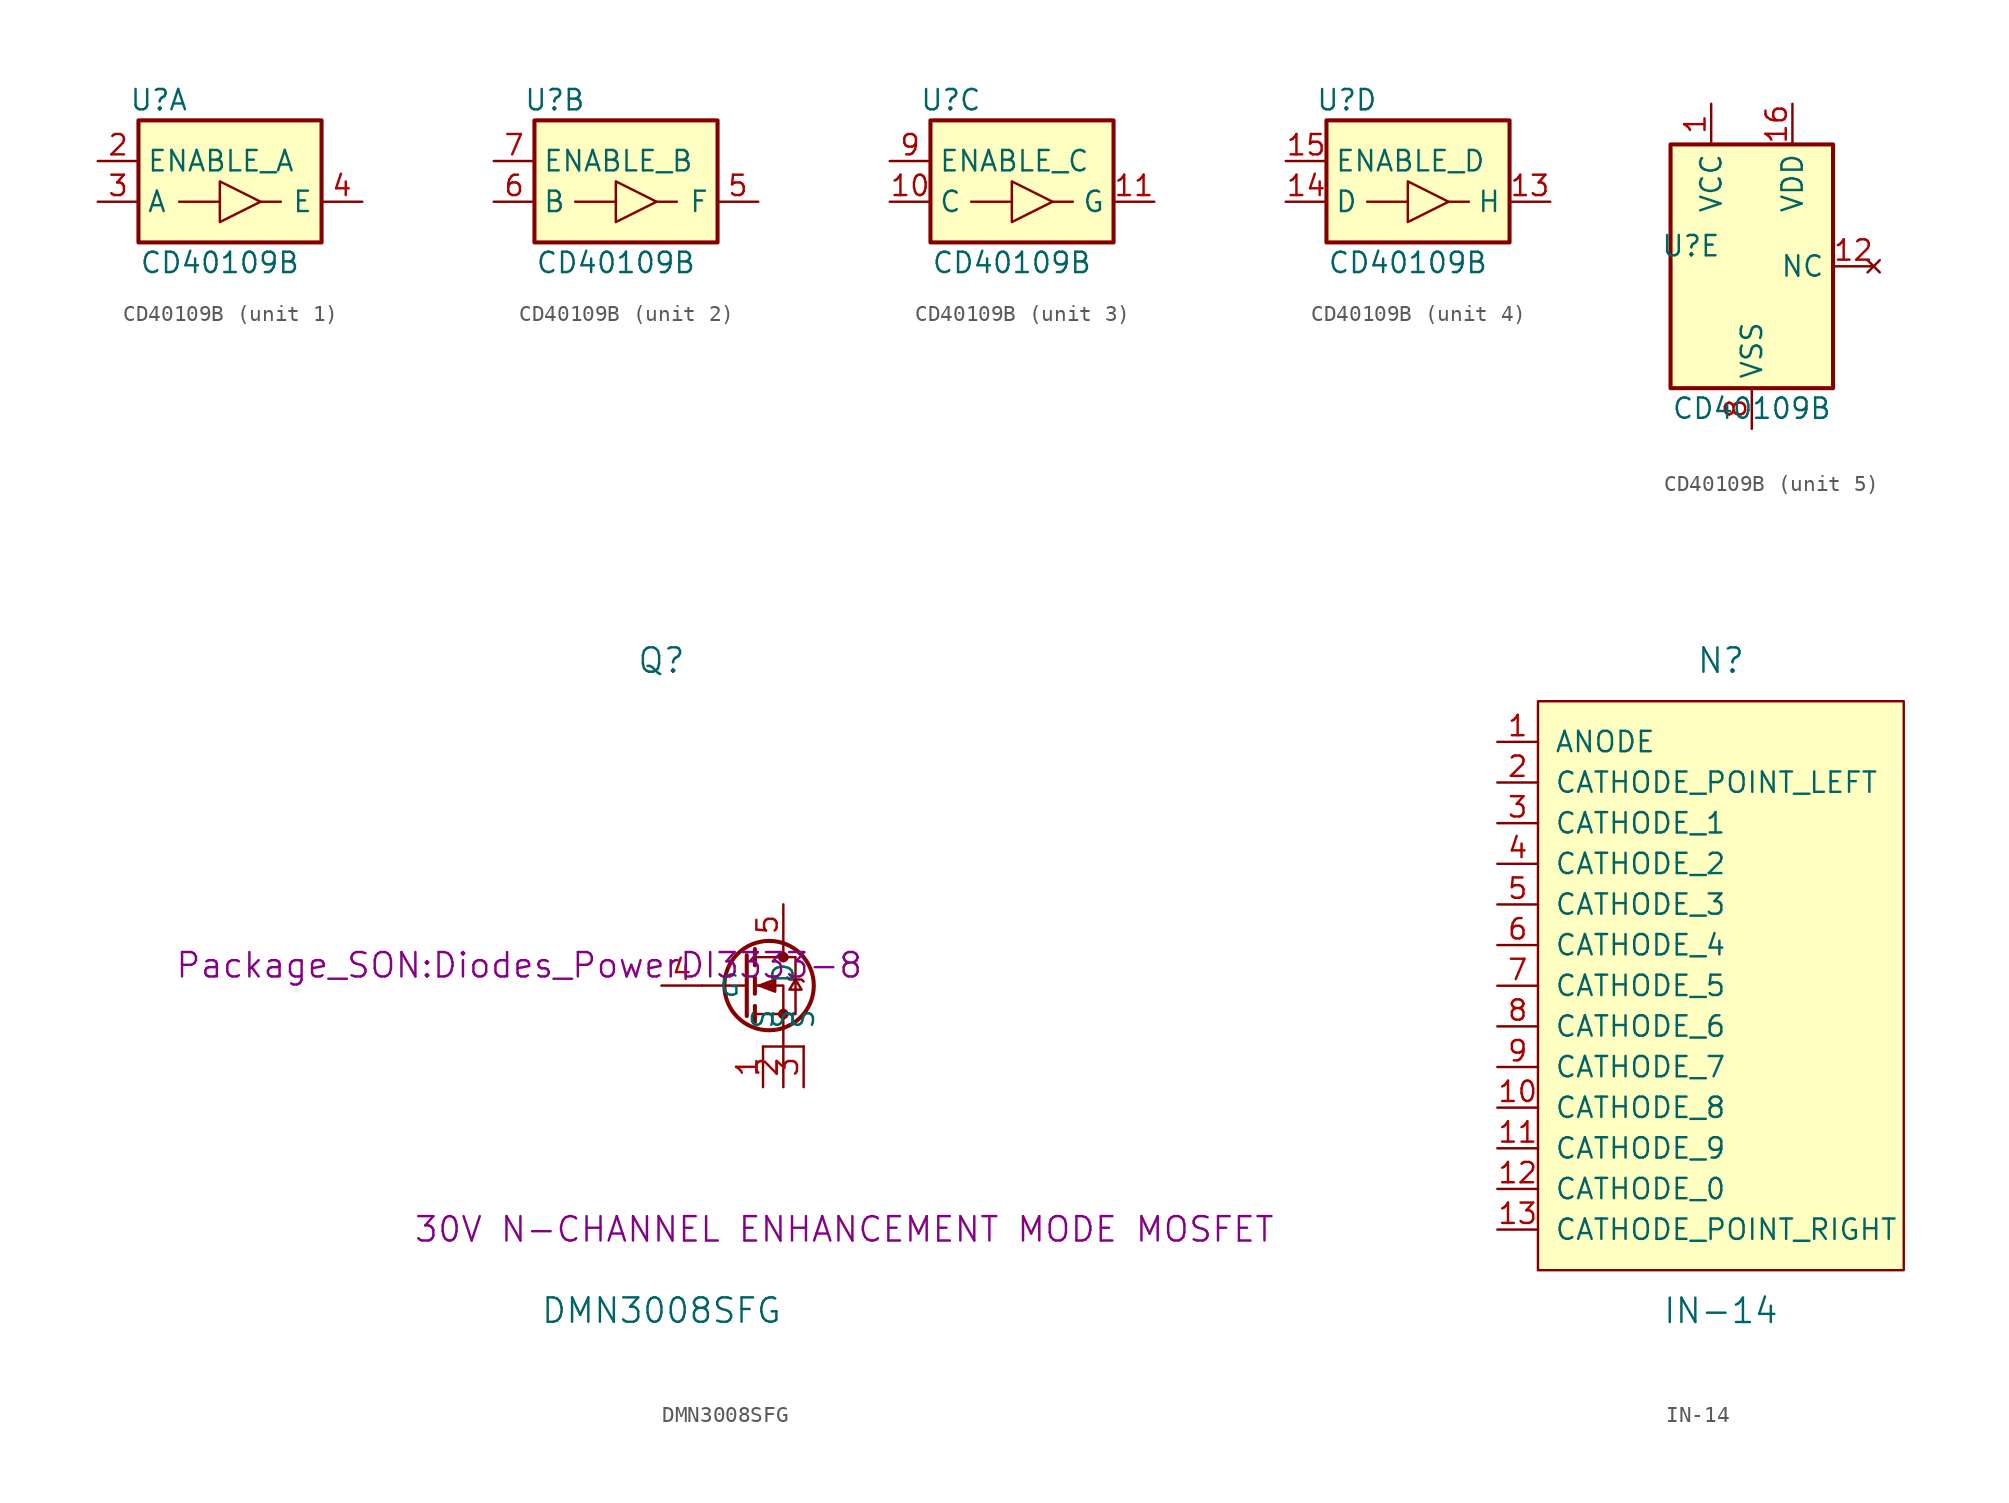
<source format=kicad_sym>
(kicad_symbol_lib
  (version 20220914)
  (generator kicad_symbol_editor)
  (symbol "CD40109B"
    (property "Reference" "U"
      (at 1.27 8.89 0)
      (effects (font (size 1.27 1.27))))
    (property "Value" "CD40109B"
      (at 5.08 -1.27 0)
      (effects (font (size 1.27 1.27))))
    (property "ki_locked" ""
      (at 0 0 0)
      (effects (font (size 1.27 1.27))))
    (symbol "CD40109B_1_1"
      (polyline (pts (xy 2.54 2.54) (xy 5.08 2.54)) (stroke (width 0) (type default)) (fill (type none)))
      (polyline (pts (xy 8.89 2.54) (xy 7.62 2.54)) (stroke (width 0) (type default)) (fill (type none)))
      (polyline (pts (xy 5.08 1.27) (xy 5.08 3.81) (xy 7.62 2.54) (xy 5.08 1.27)) (stroke (width 0) (type default)) (fill (type none)))
      (rectangle (start 0 7.62) (end 11.43 0) (stroke (width 0.254) (type default)) (fill (type background)))
      (pin input line (at -2.54 5.08 0) (length 2.54) (name "ENABLE_A" (effects (font (size 1.27 1.27)))) (number "2" (effects (font (size 1.27 1.27)))))
      (pin input line (at -2.54 2.54 0) (length 2.54) (name "A" (effects (font (size 1.27 1.27)))) (number "3" (effects (font (size 1.27 1.27)))))
      (pin output line (at 13.97 2.54 180) (length 2.54) (name "E" (effects (font (size 1.27 1.27)))) (number "4" (effects (font (size 1.27 1.27))))))
    (symbol "CD40109B_2_1"
      (polyline (pts (xy 2.54 2.54) (xy 5.08 2.54)) (stroke (width 0) (type default)) (fill (type none)))
      (polyline (pts (xy 8.89 2.54) (xy 7.62 2.54)) (stroke (width 0) (type default)) (fill (type none)))
      (polyline (pts (xy 5.08 1.27) (xy 5.08 3.81) (xy 7.62 2.54) (xy 5.08 1.27)) (stroke (width 0) (type default)) (fill (type none)))
      (rectangle (start 0 7.62) (end 11.43 0) (stroke (width 0.254) (type default)) (fill (type background)))
      (pin output line (at 13.97 2.54 180) (length 2.54) (name "F" (effects (font (size 1.27 1.27)))) (number "5" (effects (font (size 1.27 1.27)))))
      (pin input line (at -2.54 2.54 0) (length 2.54) (name "B" (effects (font (size 1.27 1.27)))) (number "6" (effects (font (size 1.27 1.27)))))
      (pin input line (at -2.54 5.08 0) (length 2.54) (name "ENABLE_B" (effects (font (size 1.27 1.27)))) (number "7" (effects (font (size 1.27 1.27))))))
    (symbol "CD40109B_3_1"
      (polyline (pts (xy 2.54 2.54) (xy 5.08 2.54)) (stroke (width 0) (type default)) (fill (type none)))
      (polyline (pts (xy 8.89 2.54) (xy 7.62 2.54)) (stroke (width 0) (type default)) (fill (type none)))
      (polyline (pts (xy 5.08 1.27) (xy 5.08 3.81) (xy 7.62 2.54) (xy 5.08 1.27)) (stroke (width 0) (type default)) (fill (type none)))
      (rectangle (start 0 7.62) (end 11.43 0) (stroke (width 0.254) (type default)) (fill (type background)))
      (pin input line (at -2.54 2.54 0) (length 2.54) (name "C" (effects (font (size 1.27 1.27)))) (number "10" (effects (font (size 1.27 1.27)))))
      (pin output line (at 13.97 2.54 180) (length 2.54) (name "G" (effects (font (size 1.27 1.27)))) (number "11" (effects (font (size 1.27 1.27)))))
      (pin input line (at -2.54 5.08 0) (length 2.54) (name "ENABLE_C" (effects (font (size 1.27 1.27)))) (number "9" (effects (font (size 1.27 1.27))))))
    (symbol "CD40109B_4_1"
      (polyline (pts (xy 2.54 2.54) (xy 5.08 2.54)) (stroke (width 0) (type default)) (fill (type none)))
      (polyline (pts (xy 8.89 2.54) (xy 7.62 2.54)) (stroke (width 0) (type default)) (fill (type none)))
      (polyline (pts (xy 5.08 1.27) (xy 5.08 3.81) (xy 7.62 2.54) (xy 5.08 1.27)) (stroke (width 0) (type default)) (fill (type none)))
      (rectangle (start 0 7.62) (end 11.43 0) (stroke (width 0.254) (type default)) (fill (type background)))
      (pin output line (at 13.97 2.54 180) (length 2.54) (name "H" (effects (font (size 1.27 1.27)))) (number "13" (effects (font (size 1.27 1.27)))))
      (pin input line (at -2.54 2.54 0) (length 2.54) (name "D" (effects (font (size 1.27 1.27)))) (number "14" (effects (font (size 1.27 1.27)))))
      (pin input line (at -2.54 5.08 0) (length 2.54) (name "ENABLE_D" (effects (font (size 1.27 1.27)))) (number "15" (effects (font (size 1.27 1.27))))))
    (symbol "CD40109B_5_1"
      (rectangle (start 0 15.24) (end 10.16 0) (stroke (width 0.254) (type default)) (fill (type background)))
      (pin power_in line (at 2.54 17.78 270) (length 2.54) (name "VCC" (effects (font (size 1.27 1.27)))) (number "1" (effects (font (size 1.27 1.27)))))
      (pin no_connect line (at 12.7 7.62 180) (length 2.54) (name "NC" (effects (font (size 1.27 1.27)))) (number "12" (effects (font (size 1.27 1.27)))))
      (pin power_in line (at 7.62 17.78 270) (length 2.54) (name "VDD" (effects (font (size 1.27 1.27)))) (number "16" (effects (font (size 1.27 1.27)))))
      (pin power_in line (at 5.08 -2.54 90) (length 2.54) (name "VSS" (effects (font (size 1.27 1.27)))) (number "8" (effects (font (size 1.27 1.27)))))))
  (symbol "DMN3008SFG"
    (pin_names
      (offset 1.016))
    (property "Reference" "Q"
      (at 0 20.32 0)
      (effects (font (size 1.524 1.524))))
    (property "Value" "DMN3008SFG"
      (at 0 -20.32 0)
      (effects (font (size 1.524 1.524))))
    (property "Footprint" "Package_SON:Diodes_PowerDI3333-8"
      (at -8.89 1.27 0)
      (effects (font (size 1.524 1.524))))
    (property "Datasheet" "30V N-CHANNEL ENHANCEMENT MODE MOSFET"
      (at 11.43 -15.24 0)
      (effects (font (size 1.524 1.524))))
    (symbol "DMN3008SFG_0_1"
      (polyline (pts (xy 5.334 0) (xy 2.54 0)) (stroke (width 0) (type default)) (fill (type none)))
      (polyline (pts (xy 5.334 1.905) (xy 5.334 -1.905)) (stroke (width 0.254) (type default)) (fill (type none)))
      (polyline (pts (xy 5.842 -1.27) (xy 5.842 -2.286)) (stroke (width 0.254) (type default)) (fill (type none)))
      (polyline (pts (xy 5.842 0.508) (xy 5.842 -0.508)) (stroke (width 0.254) (type default)) (fill (type none)))
      (polyline (pts (xy 5.842 2.286) (xy 5.842 1.27)) (stroke (width 0.254) (type default)) (fill (type none)))
      (polyline (pts (xy 6.35 -3.81) (xy 8.89 -3.81)) (stroke (width 0) (type default)) (fill (type none)))
      (polyline (pts (xy 7.62 -3.81) (xy 7.62 -2.54)) (stroke (width 0) (type default)) (fill (type none)))
      (polyline (pts (xy 7.62 2.54) (xy 7.62 1.778)) (stroke (width 0) (type default)) (fill (type none)))
      (polyline (pts (xy 7.62 -2.54) (xy 7.62 0) (xy 5.842 0)) (stroke (width 0) (type default)) (fill (type none)))
      (polyline (pts (xy 5.842 -1.778) (xy 8.382 -1.778) (xy 8.382 1.778) (xy 5.842 1.778)) (stroke (width 0) (type default)) (fill (type none)))
      (polyline (pts (xy 6.096 0) (xy 7.112 0.381) (xy 7.112 -0.381) (xy 6.096 0)) (stroke (width 0) (type default)) (fill (type outline)))
      (polyline (pts (xy 7.874 0.508) (xy 8.001 0.381) (xy 8.763 0.381) (xy 8.89 0.254)) (stroke (width 0) (type default)) (fill (type none)))
      (polyline (pts (xy 8.382 0.381) (xy 8.001 -0.254) (xy 8.763 -0.254) (xy 8.382 0.381)) (stroke (width 0) (type default)) (fill (type none)))
      (circle (center 6.731 0) (radius 2.794) (stroke (width 0.254) (type default)) (fill (type none)))
      (circle (center 7.62 -1.778) (radius 0.254) (stroke (width 0) (type default)) (fill (type outline)))
      (circle (center 7.62 1.778) (radius 0.254) (stroke (width 0) (type default)) (fill (type outline))))
    (symbol "DMN3008SFG_1_1"
      (pin passive line (at 6.35 -6.35 90) (length 2.54) (name "S" (effects (font (size 1.27 1.27)))) (number "1" (effects (font (size 1.27 1.27)))))
      (pin passive line (at 7.62 -6.35 90) (length 2.54) (name "S" (effects (font (size 1.27 1.27)))) (number "2" (effects (font (size 1.27 1.27)))))
      (pin passive line (at 8.89 -6.35 90) (length 2.54) (name "S" (effects (font (size 1.27 1.27)))) (number "3" (effects (font (size 1.27 1.27)))))
      (pin input line (at 0 0 0) (length 2.54) (name "G" (effects (font (size 1.27 1.27)))) (number "4" (effects (font (size 1.27 1.27)))))
      (pin passive line (at 7.62 5.08 270) (length 2.54) (name "D" (effects (font (size 1.27 1.27)))) (number "5" (effects (font (size 1.27 1.27)))))))
  (symbol "IN-14"
    (pin_names
      (offset 1.016))
    (property "Reference" "N"
      (at 0 20.32 0)
      (effects (font (size 1.524 1.524))))
    (property "Value" "IN-14"
      (at 0 -20.32 0)
      (effects (font (size 1.524 1.524))))
    (property "Footprint" ""
      (at -8.89 1.27 0)
      (effects (font (size 1.524 1.524))))
    (property "Datasheet" ""
      (at -8.89 1.27 0)
      (effects (font (size 1.524 1.524))))
    (symbol "IN-14_0_1"
      (rectangle (start -11.43 17.78) (end 11.43 -17.78) (stroke (width 0) (type solid)) (fill (type background))))
    (symbol "IN-14_1_1"
      (pin input line (at -13.97 15.24 0) (length 2.54) (name "ANODE" (effects (font (size 1.27 1.27)))) (number "1" (effects (font (size 1.27 1.27)))))
      (pin input line (at -13.97 -7.62 0) (length 2.54) (name "CATHODE_8" (effects (font (size 1.27 1.27)))) (number "10" (effects (font (size 1.27 1.27)))))
      (pin input line (at -13.97 -10.16 0) (length 2.54) (name "CATHODE_9" (effects (font (size 1.27 1.27)))) (number "11" (effects (font (size 1.27 1.27)))))
      (pin input line (at -13.97 -12.7 0) (length 2.54) (name "CATHODE_0" (effects (font (size 1.27 1.27)))) (number "12" (effects (font (size 1.27 1.27)))))
      (pin input line (at -13.97 -15.24 0) (length 2.54) (name "CATHODE_POINT_RIGHT" (effects (font (size 1.27 1.27)))) (number "13" (effects (font (size 1.27 1.27)))))
      (pin input line (at -13.97 12.7 0) (length 2.54) (name "CATHODE_POINT_LEFT" (effects (font (size 1.27 1.27)))) (number "2" (effects (font (size 1.27 1.27)))))
      (pin input line (at -13.97 10.16 0) (length 2.54) (name "CATHODE_1" (effects (font (size 1.27 1.27)))) (number "3" (effects (font (size 1.27 1.27)))))
      (pin input line (at -13.97 7.62 0) (length 2.54) (name "CATHODE_2" (effects (font (size 1.27 1.27)))) (number "4" (effects (font (size 1.27 1.27)))))
      (pin input line (at -13.97 5.08 0) (length 2.54) (name "CATHODE_3" (effects (font (size 1.27 1.27)))) (number "5" (effects (font (size 1.27 1.27)))))
      (pin input line (at -13.97 2.54 0) (length 2.54) (name "CATHODE_4" (effects (font (size 1.27 1.27)))) (number "6" (effects (font (size 1.27 1.27)))))
      (pin input line (at -13.97 0 0) (length 2.54) (name "CATHODE_5" (effects (font (size 1.27 1.27)))) (number "7" (effects (font (size 1.27 1.27)))))
      (pin input line (at -13.97 -2.54 0) (length 2.54) (name "CATHODE_6" (effects (font (size 1.27 1.27)))) (number "8" (effects (font (size 1.27 1.27)))))
      (pin input line (at -13.97 -5.08 0) (length 2.54) (name "CATHODE_7" (effects (font (size 1.27 1.27)))) (number "9" (effects (font (size 1.27 1.27))))))))
</source>
